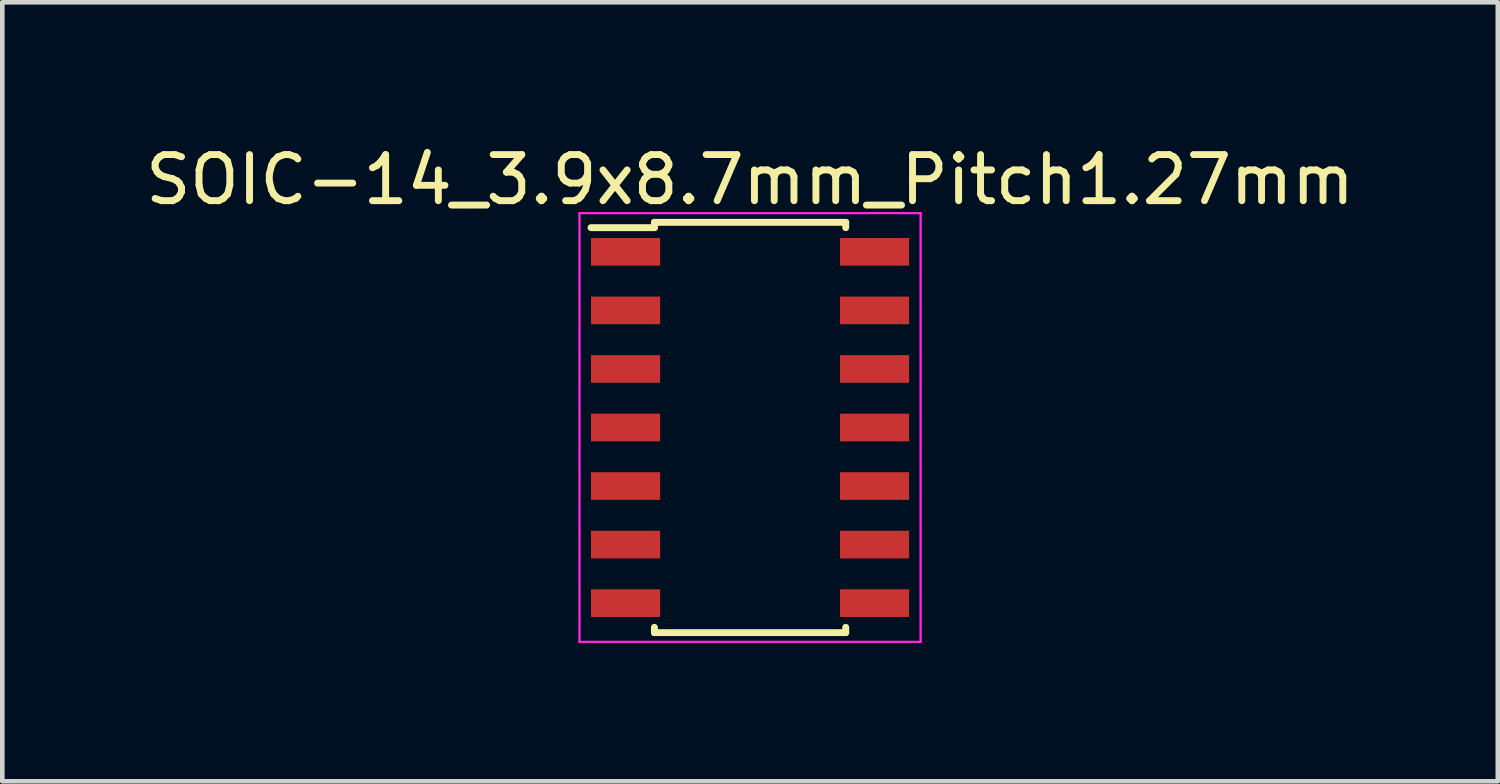
<source format=kicad_pcb>
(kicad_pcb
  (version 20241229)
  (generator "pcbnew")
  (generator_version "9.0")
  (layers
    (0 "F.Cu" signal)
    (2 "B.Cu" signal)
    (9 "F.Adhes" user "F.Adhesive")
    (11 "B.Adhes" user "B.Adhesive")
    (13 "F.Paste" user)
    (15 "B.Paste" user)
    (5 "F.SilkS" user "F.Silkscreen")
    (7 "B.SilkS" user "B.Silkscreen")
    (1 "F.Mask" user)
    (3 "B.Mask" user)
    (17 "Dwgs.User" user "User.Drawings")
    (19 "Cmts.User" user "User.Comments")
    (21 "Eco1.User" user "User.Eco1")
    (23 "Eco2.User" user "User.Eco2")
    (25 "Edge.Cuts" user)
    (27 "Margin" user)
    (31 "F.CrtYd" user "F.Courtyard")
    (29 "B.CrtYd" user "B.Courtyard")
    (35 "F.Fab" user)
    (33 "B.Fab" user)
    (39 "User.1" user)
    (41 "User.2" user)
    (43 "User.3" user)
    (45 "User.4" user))
  (footprint "SOIC-14_3.9x8.7mm_Pitch1.27mm"
    (layer "F.Cu")
    (at 13.22 6.223)
    (property "Reference" "SOIC-14_3.9x8.7mm_Pitch1.27mm" (at 0 -5.375 0) (layer "F.SilkS") (effects (font (size 1 1) (thickness 0.15))))
    (attr smd)
    (fp_line (start -2.075 -4.45) (end -2.075 -4.335) (stroke (width 0.15) (type solid)) (layer "F.SilkS"))
    (fp_line (start -2.075 -4.45) (end 2.075 -4.45) (stroke (width 0.15) (type solid)) (layer "F.SilkS"))
    (fp_line (start -2.075 -4.335) (end -3.45 -4.335) (stroke (width 0.15) (type solid)) (layer "F.SilkS"))
    (fp_line (start -2.075 4.45) (end -2.075 4.335) (stroke (width 0.15) (type solid)) (layer "F.SilkS"))
    (fp_line (start -2.075 4.45) (end 2.075 4.45) (stroke (width 0.15) (type solid)) (layer "F.SilkS"))
    (fp_line (start 2.075 -4.45) (end 2.075 -4.335) (stroke (width 0.15) (type solid)) (layer "F.SilkS"))
    (fp_line (start 2.075 4.45) (end 2.075 4.335) (stroke (width 0.15) (type solid)) (layer "F.SilkS"))
    (fp_line (start -3.7 -4.65) (end -3.7 4.65) (stroke (width 0.05) (type solid)) (layer "F.CrtYd"))
    (fp_line (start -3.7 -4.65) (end 3.7 -4.65) (stroke (width 0.05) (type solid)) (layer "F.CrtYd"))
    (fp_line (start -3.7 4.65) (end 3.7 4.65) (stroke (width 0.05) (type solid)) (layer "F.CrtYd"))
    (fp_line (start 3.7 -4.65) (end 3.7 4.65) (stroke (width 0.05) (type solid)) (layer "F.CrtYd"))
    (pad "1" smd rect (at -2.7 -3.81) (size 1.5 0.6) (layers "F.Cu" "F.Mask" "F.Paste"))
    (pad "2" smd rect (at -2.7 -2.54) (size 1.5 0.6) (layers "F.Cu" "F.Mask" "F.Paste"))
    (pad "3" smd rect (at -2.7 -1.27) (size 1.5 0.6) (layers "F.Cu" "F.Mask" "F.Paste"))
    (pad "4" smd rect (at -2.7 0) (size 1.5 0.6) (layers "F.Cu" "F.Mask" "F.Paste"))
    (pad "5" smd rect (at -2.7 1.27) (size 1.5 0.6) (layers "F.Cu" "F.Mask" "F.Paste"))
    (pad "6" smd rect (at -2.7 2.54) (size 1.5 0.6) (layers "F.Cu" "F.Mask" "F.Paste"))
    (pad "7" smd rect (at -2.7 3.81) (size 1.5 0.6) (layers "F.Cu" "F.Mask" "F.Paste"))
    (pad "8" smd rect (at 2.7 3.81) (size 1.5 0.6) (layers "F.Cu" "F.Mask" "F.Paste"))
    (pad "9" smd rect (at 2.7 2.54) (size 1.5 0.6) (layers "F.Cu" "F.Mask" "F.Paste"))
    (pad "10" smd rect (at 2.7 1.27) (size 1.5 0.6) (layers "F.Cu" "F.Mask" "F.Paste"))
    (pad "11" smd rect (at 2.7 0) (size 1.5 0.6) (layers "F.Cu" "F.Mask" "F.Paste"))
    (pad "12" smd rect (at 2.7 -1.27) (size 1.5 0.6) (layers "F.Cu" "F.Mask" "F.Paste"))
    (pad "13" smd rect (at 2.7 -2.54) (size 1.5 0.6) (layers "F.Cu" "F.Mask" "F.Paste"))
    (pad "14" smd rect (at 2.7 -3.81) (size 1.5 0.6) (layers "F.Cu" "F.Mask" "F.Paste")))
  (gr_rect
    (start -3 -3)
    (end 29.44 13.898)
    (stroke (width 0.1) (type default))
    (fill no)
    (layer "Edge.Cuts")))
</source>
